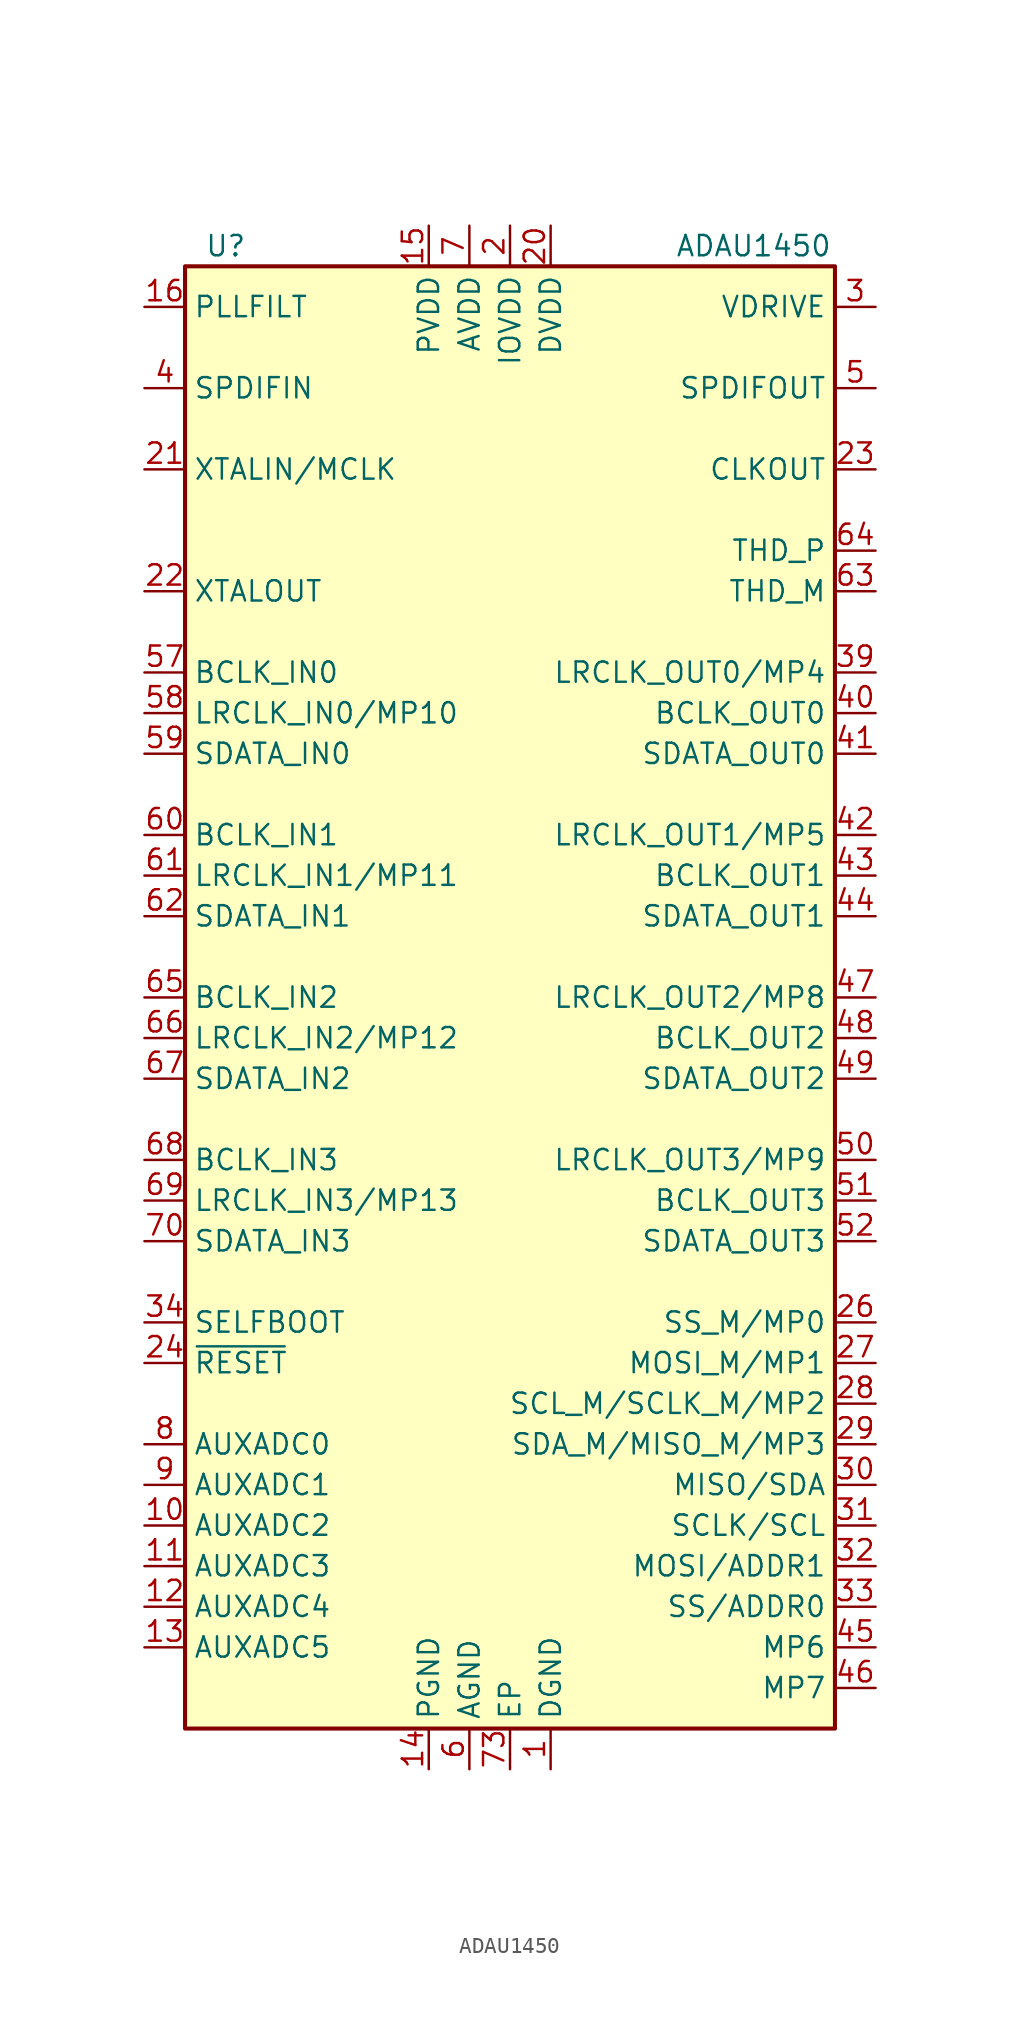
<source format=kicad_sym>
(kicad_symbol_lib
  (version 20231120)
  (generator "kicad_symbol_editor")
  (generator_version "8.0")
  (symbol "ADAU1450"
    (property "Reference" "U"
      (at -17.78 46.99 0)
      (effects (font (size 1.27 1.27))))
    (property "Value" "ADAU1450"
      (at 15.24 46.99 0)
      (effects (font (size 1.27 1.27))))
    (symbol "ADAU1450_0_1"
      (rectangle (start -20.32 45.72) (end 20.32 -45.72) (stroke (width 0.254) (type default)) (fill (type background))))
    (symbol "ADAU1450_1_1"
      (pin power_in line (at 2.54 -48.26 90) (length 2.54) (name "DGND" (effects (font (size 1.27 1.27)))) (number "1" (effects (font (size 1.27 1.27)))))
      (pin input line (at -22.86 -33.02 0) (length 2.54) (name "AUXADC2" (effects (font (size 1.27 1.27)))) (number "10" (effects (font (size 1.27 1.27)))))
      (pin input line (at -22.86 -35.56 0) (length 2.54) (name "AUXADC3" (effects (font (size 1.27 1.27)))) (number "11" (effects (font (size 1.27 1.27)))))
      (pin input line (at -22.86 -38.1 0) (length 2.54) (name "AUXADC4" (effects (font (size 1.27 1.27)))) (number "12" (effects (font (size 1.27 1.27)))))
      (pin input line (at -22.86 -40.64 0) (length 2.54) (name "AUXADC5" (effects (font (size 1.27 1.27)))) (number "13" (effects (font (size 1.27 1.27)))))
      (pin power_in line (at -5.08 -48.26 90) (length 2.54) (name "PGND" (effects (font (size 1.27 1.27)))) (number "14" (effects (font (size 1.27 1.27)))))
      (pin power_in line (at -5.08 48.26 270) (length 2.54) (name "PVDD" (effects (font (size 1.27 1.27)))) (number "15" (effects (font (size 1.27 1.27)))))
      (pin passive line (at -22.86 43.18 0) (length 2.54) (name "PLLFILT" (effects (font (size 1.27 1.27)))) (number "16" (effects (font (size 1.27 1.27)))))
      (pin passive line (at 2.54 -48.26 90) (length 2.54) hide (name "DGND" (effects (font (size 1.27 1.27)))) (number "17" (effects (font (size 1.27 1.27)))))
      (pin passive line (at 0 48.26 270) (length 2.54) hide (name "IOVDD" (effects (font (size 1.27 1.27)))) (number "18" (effects (font (size 1.27 1.27)))))
      (pin passive line (at 2.54 -48.26 90) (length 2.54) hide (name "DGND" (effects (font (size 1.27 1.27)))) (number "19" (effects (font (size 1.27 1.27)))))
      (pin power_in line (at 0 48.26 270) (length 2.54) (name "IOVDD" (effects (font (size 1.27 1.27)))) (number "2" (effects (font (size 1.27 1.27)))))
      (pin power_in line (at 2.54 48.26 270) (length 2.54) (name "DVDD" (effects (font (size 1.27 1.27)))) (number "20" (effects (font (size 1.27 1.27)))))
      (pin input line (at -22.86 33.02 0) (length 2.54) (name "XTALIN/MCLK" (effects (font (size 1.27 1.27)))) (number "21" (effects (font (size 1.27 1.27)))))
      (pin output line (at -22.86 25.4 0) (length 2.54) (name "XTALOUT" (effects (font (size 1.27 1.27)))) (number "22" (effects (font (size 1.27 1.27)))))
      (pin output line (at 22.86 33.02 180) (length 2.54) (name "CLKOUT" (effects (font (size 1.27 1.27)))) (number "23" (effects (font (size 1.27 1.27)))))
      (pin input line (at -22.86 -22.86 0) (length 2.54) (name "~{RESET}" (effects (font (size 1.27 1.27)))) (number "24" (effects (font (size 1.27 1.27)))))
      (pin passive line (at 2.54 -48.26 90) (length 2.54) hide (name "DGND" (effects (font (size 1.27 1.27)))) (number "25" (effects (font (size 1.27 1.27)))))
      (pin bidirectional line (at 22.86 -20.32 180) (length 2.54) (name "SS_M/MP0" (effects (font (size 1.27 1.27)))) (number "26" (effects (font (size 1.27 1.27)))))
      (pin bidirectional line (at 22.86 -22.86 180) (length 2.54) (name "MOSI_M/MP1" (effects (font (size 1.27 1.27)))) (number "27" (effects (font (size 1.27 1.27)))))
      (pin bidirectional line (at 22.86 -25.4 180) (length 2.54) (name "SCL_M/SCLK_M/MP2" (effects (font (size 1.27 1.27)))) (number "28" (effects (font (size 1.27 1.27)))))
      (pin bidirectional line (at 22.86 -27.94 180) (length 2.54) (name "SDA_M/MISO_M/MP3" (effects (font (size 1.27 1.27)))) (number "29" (effects (font (size 1.27 1.27)))))
      (pin output line (at 22.86 43.18 180) (length 2.54) (name "VDRIVE" (effects (font (size 1.27 1.27)))) (number "3" (effects (font (size 1.27 1.27)))))
      (pin bidirectional line (at 22.86 -30.48 180) (length 2.54) (name "MISO/SDA" (effects (font (size 1.27 1.27)))) (number "30" (effects (font (size 1.27 1.27)))))
      (pin input line (at 22.86 -33.02 180) (length 2.54) (name "SCLK/SCL" (effects (font (size 1.27 1.27)))) (number "31" (effects (font (size 1.27 1.27)))))
      (pin input line (at 22.86 -35.56 180) (length 2.54) (name "MOSI/ADDR1" (effects (font (size 1.27 1.27)))) (number "32" (effects (font (size 1.27 1.27)))))
      (pin input line (at 22.86 -38.1 180) (length 2.54) (name "SS/ADDR0" (effects (font (size 1.27 1.27)))) (number "33" (effects (font (size 1.27 1.27)))))
      (pin input line (at -22.86 -20.32 0) (length 2.54) (name "SELFBOOT" (effects (font (size 1.27 1.27)))) (number "34" (effects (font (size 1.27 1.27)))))
      (pin passive line (at 2.54 48.26 270) (length 2.54) hide (name "DVDD" (effects (font (size 1.27 1.27)))) (number "35" (effects (font (size 1.27 1.27)))))
      (pin passive line (at 2.54 -48.26 90) (length 2.54) hide (name "DGND" (effects (font (size 1.27 1.27)))) (number "36" (effects (font (size 1.27 1.27)))))
      (pin passive line (at 2.54 -48.26 90) (length 2.54) hide (name "DGND" (effects (font (size 1.27 1.27)))) (number "37" (effects (font (size 1.27 1.27)))))
      (pin passive line (at 0 48.26 270) (length 2.54) hide (name "IOVDD" (effects (font (size 1.27 1.27)))) (number "38" (effects (font (size 1.27 1.27)))))
      (pin bidirectional line (at 22.86 20.32 180) (length 2.54) (name "LRCLK_OUT0/MP4" (effects (font (size 1.27 1.27)))) (number "39" (effects (font (size 1.27 1.27)))))
      (pin input line (at -22.86 38.1 0) (length 2.54) (name "SPDIFIN" (effects (font (size 1.27 1.27)))) (number "4" (effects (font (size 1.27 1.27)))))
      (pin bidirectional line (at 22.86 17.78 180) (length 2.54) (name "BCLK_OUT0" (effects (font (size 1.27 1.27)))) (number "40" (effects (font (size 1.27 1.27)))))
      (pin output line (at 22.86 15.24 180) (length 2.54) (name "SDATA_OUT0" (effects (font (size 1.27 1.27)))) (number "41" (effects (font (size 1.27 1.27)))))
      (pin bidirectional line (at 22.86 10.16 180) (length 2.54) (name "LRCLK_OUT1/MP5" (effects (font (size 1.27 1.27)))) (number "42" (effects (font (size 1.27 1.27)))))
      (pin bidirectional line (at 22.86 7.62 180) (length 2.54) (name "BCLK_OUT1" (effects (font (size 1.27 1.27)))) (number "43" (effects (font (size 1.27 1.27)))))
      (pin output line (at 22.86 5.08 180) (length 2.54) (name "SDATA_OUT1" (effects (font (size 1.27 1.27)))) (number "44" (effects (font (size 1.27 1.27)))))
      (pin bidirectional line (at 22.86 -40.64 180) (length 2.54) (name "MP6" (effects (font (size 1.27 1.27)))) (number "45" (effects (font (size 1.27 1.27)))))
      (pin bidirectional line (at 22.86 -43.18 180) (length 2.54) (name "MP7" (effects (font (size 1.27 1.27)))) (number "46" (effects (font (size 1.27 1.27)))))
      (pin bidirectional line (at 22.86 0 180) (length 2.54) (name "LRCLK_OUT2/MP8" (effects (font (size 1.27 1.27)))) (number "47" (effects (font (size 1.27 1.27)))))
      (pin bidirectional line (at 22.86 -2.54 180) (length 2.54) (name "BCLK_OUT2" (effects (font (size 1.27 1.27)))) (number "48" (effects (font (size 1.27 1.27)))))
      (pin output line (at 22.86 -5.08 180) (length 2.54) (name "SDATA_OUT2" (effects (font (size 1.27 1.27)))) (number "49" (effects (font (size 1.27 1.27)))))
      (pin output line (at 22.86 38.1 180) (length 2.54) (name "SPDIFOUT" (effects (font (size 1.27 1.27)))) (number "5" (effects (font (size 1.27 1.27)))))
      (pin bidirectional line (at 22.86 -10.16 180) (length 2.54) (name "LRCLK_OUT3/MP9" (effects (font (size 1.27 1.27)))) (number "50" (effects (font (size 1.27 1.27)))))
      (pin bidirectional line (at 22.86 -12.7 180) (length 2.54) (name "BCLK_OUT3" (effects (font (size 1.27 1.27)))) (number "51" (effects (font (size 1.27 1.27)))))
      (pin output line (at 22.86 -15.24 180) (length 2.54) (name "SDATA_OUT3" (effects (font (size 1.27 1.27)))) (number "52" (effects (font (size 1.27 1.27)))))
      (pin passive line (at 2.54 48.26 270) (length 2.54) hide (name "DVDD" (effects (font (size 1.27 1.27)))) (number "53" (effects (font (size 1.27 1.27)))))
      (pin passive line (at 2.54 -48.26 90) (length 2.54) hide (name "DGND" (effects (font (size 1.27 1.27)))) (number "54" (effects (font (size 1.27 1.27)))))
      (pin passive line (at 2.54 -48.26 90) (length 2.54) hide (name "DGND" (effects (font (size 1.27 1.27)))) (number "55" (effects (font (size 1.27 1.27)))))
      (pin passive line (at 0 48.26 270) (length 2.54) hide (name "IOVDD" (effects (font (size 1.27 1.27)))) (number "56" (effects (font (size 1.27 1.27)))))
      (pin bidirectional line (at -22.86 20.32 0) (length 2.54) (name "BCLK_IN0" (effects (font (size 1.27 1.27)))) (number "57" (effects (font (size 1.27 1.27)))))
      (pin bidirectional line (at -22.86 17.78 0) (length 2.54) (name "LRCLK_IN0/MP10" (effects (font (size 1.27 1.27)))) (number "58" (effects (font (size 1.27 1.27)))))
      (pin input line (at -22.86 15.24 0) (length 2.54) (name "SDATA_IN0" (effects (font (size 1.27 1.27)))) (number "59" (effects (font (size 1.27 1.27)))))
      (pin power_in line (at -2.54 -48.26 90) (length 2.54) (name "AGND" (effects (font (size 1.27 1.27)))) (number "6" (effects (font (size 1.27 1.27)))))
      (pin bidirectional line (at -22.86 10.16 0) (length 2.54) (name "BCLK_IN1" (effects (font (size 1.27 1.27)))) (number "60" (effects (font (size 1.27 1.27)))))
      (pin bidirectional line (at -22.86 7.62 0) (length 2.54) (name "LRCLK_IN1/MP11" (effects (font (size 1.27 1.27)))) (number "61" (effects (font (size 1.27 1.27)))))
      (pin input line (at -22.86 5.08 0) (length 2.54) (name "SDATA_IN1" (effects (font (size 1.27 1.27)))) (number "62" (effects (font (size 1.27 1.27)))))
      (pin passive line (at 22.86 25.4 180) (length 2.54) (name "THD_M" (effects (font (size 1.27 1.27)))) (number "63" (effects (font (size 1.27 1.27)))))
      (pin passive line (at 22.86 27.94 180) (length 2.54) (name "THD_P" (effects (font (size 1.27 1.27)))) (number "64" (effects (font (size 1.27 1.27)))))
      (pin bidirectional line (at -22.86 0 0) (length 2.54) (name "BCLK_IN2" (effects (font (size 1.27 1.27)))) (number "65" (effects (font (size 1.27 1.27)))))
      (pin bidirectional line (at -22.86 -2.54 0) (length 2.54) (name "LRCLK_IN2/MP12" (effects (font (size 1.27 1.27)))) (number "66" (effects (font (size 1.27 1.27)))))
      (pin input line (at -22.86 -5.08 0) (length 2.54) (name "SDATA_IN2" (effects (font (size 1.27 1.27)))) (number "67" (effects (font (size 1.27 1.27)))))
      (pin bidirectional line (at -22.86 -10.16 0) (length 2.54) (name "BCLK_IN3" (effects (font (size 1.27 1.27)))) (number "68" (effects (font (size 1.27 1.27)))))
      (pin bidirectional line (at -22.86 -12.7 0) (length 2.54) (name "LRCLK_IN3/MP13" (effects (font (size 1.27 1.27)))) (number "69" (effects (font (size 1.27 1.27)))))
      (pin power_in line (at -2.54 48.26 270) (length 2.54) (name "AVDD" (effects (font (size 1.27 1.27)))) (number "7" (effects (font (size 1.27 1.27)))))
      (pin input line (at -22.86 -15.24 0) (length 2.54) (name "SDATA_IN3" (effects (font (size 1.27 1.27)))) (number "70" (effects (font (size 1.27 1.27)))))
      (pin passive line (at 2.54 48.26 270) (length 2.54) hide (name "DVDD" (effects (font (size 1.27 1.27)))) (number "71" (effects (font (size 1.27 1.27)))))
      (pin passive line (at 2.54 -48.26 90) (length 2.54) hide (name "DGND" (effects (font (size 1.27 1.27)))) (number "72" (effects (font (size 1.27 1.27)))))
      (pin power_in line (at 0 -48.26 90) (length 2.54) (name "EP" (effects (font (size 1.27 1.27)))) (number "73" (effects (font (size 1.27 1.27)))))
      (pin input line (at -22.86 -27.94 0) (length 2.54) (name "AUXADC0" (effects (font (size 1.27 1.27)))) (number "8" (effects (font (size 1.27 1.27)))))
      (pin input line (at -22.86 -30.48 0) (length 2.54) (name "AUXADC1" (effects (font (size 1.27 1.27)))) (number "9" (effects (font (size 1.27 1.27))))))))
</source>
